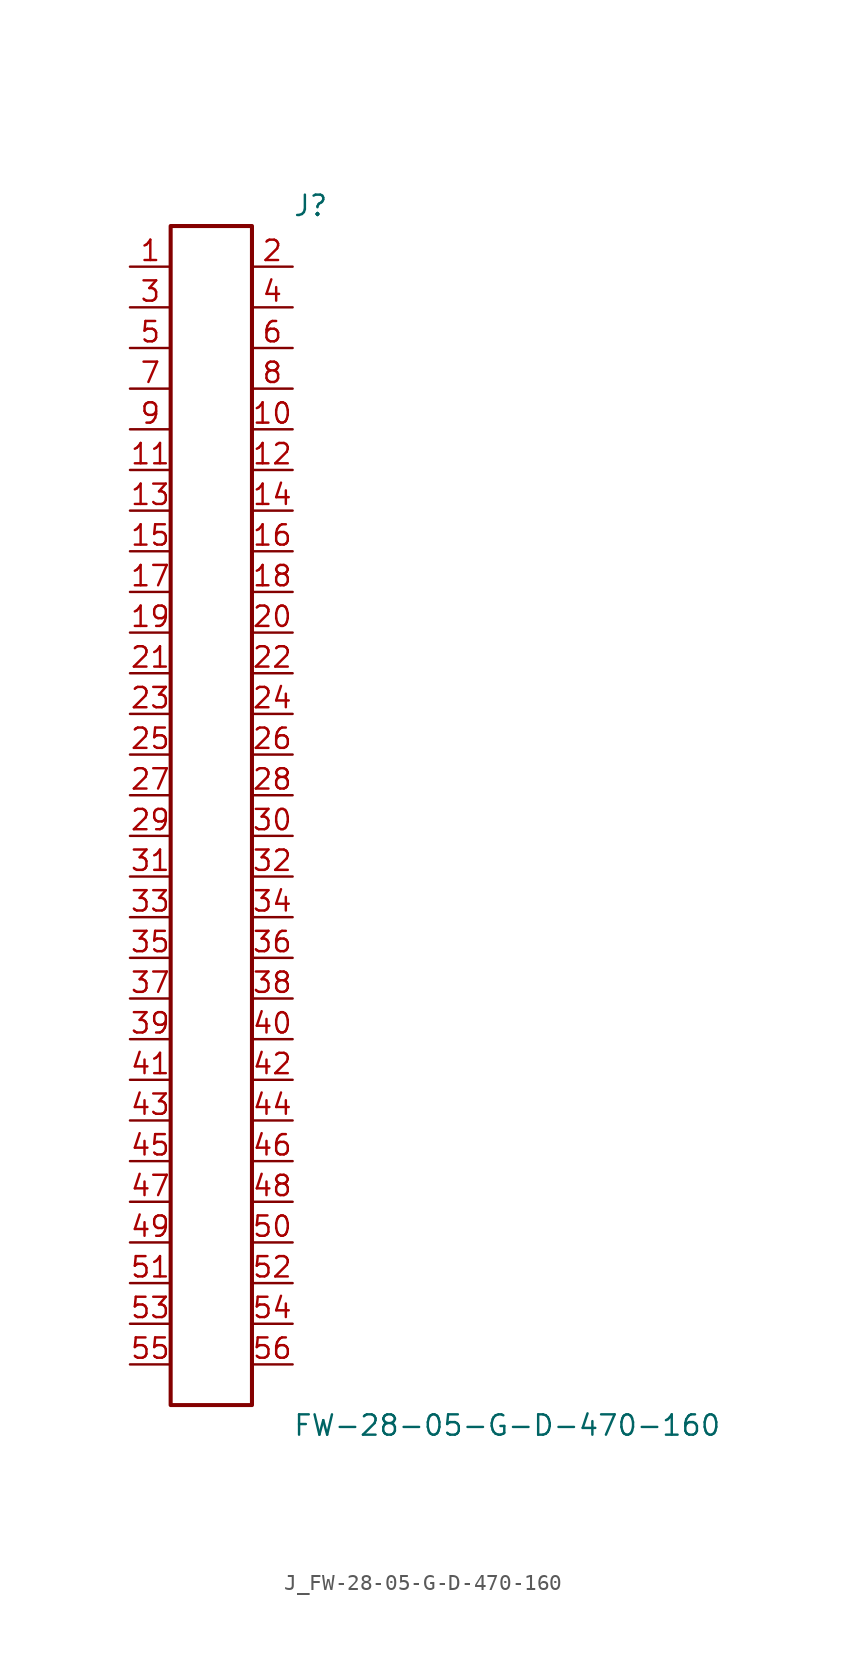
<source format=kicad_sym>
(kicad_symbol_lib
  (version 20231120)
  (generator kicad_symbol_editor)
  (generator_version 8.0)
  (symbol "J_FW-28-05-G-D-470-160"
    (pin_names
      (offset 0.254))
    (property "Reference" "J"
      (at 5.08 38.1 0)
      (effects (font (size 1.27 1.27)) (justify left)))
    (property "Value" "FW-28-05-G-D-470-160"
      (at 5.08 -38.1 0)
      (effects (font (size 1.27 1.27)) (justify left)))
    (symbol "J_FW-28-05-G-D-470-160_0_0"
      (pin unspecified line (at -5.08 34.29 0) (length 2.54) (name "" (effects (font (size 1.27 1.27)))) (number "1" (effects (font (size 1.27 1.27)))))
      (pin unspecified line (at 5.08 34.29 180) (length 2.54) (name "" (effects (font (size 1.27 1.27)))) (number "2" (effects (font (size 1.27 1.27)))))
      (pin unspecified line (at -5.08 31.75 0) (length 2.54) (name "" (effects (font (size 1.27 1.27)))) (number "3" (effects (font (size 1.27 1.27)))))
      (pin unspecified line (at 5.08 31.75 180) (length 2.54) (name "" (effects (font (size 1.27 1.27)))) (number "4" (effects (font (size 1.27 1.27)))))
      (pin unspecified line (at -5.08 29.21 0) (length 2.54) (name "" (effects (font (size 1.27 1.27)))) (number "5" (effects (font (size 1.27 1.27)))))
      (pin unspecified line (at 5.08 29.21 180) (length 2.54) (name "" (effects (font (size 1.27 1.27)))) (number "6" (effects (font (size 1.27 1.27)))))
      (pin unspecified line (at -5.08 26.67 0) (length 2.54) (name "" (effects (font (size 1.27 1.27)))) (number "7" (effects (font (size 1.27 1.27)))))
      (pin unspecified line (at 5.08 26.67 180) (length 2.54) (name "" (effects (font (size 1.27 1.27)))) (number "8" (effects (font (size 1.27 1.27)))))
      (pin unspecified line (at -5.08 24.13 0) (length 2.54) (name "" (effects (font (size 1.27 1.27)))) (number "9" (effects (font (size 1.27 1.27)))))
      (pin unspecified line (at 5.08 24.13 180) (length 2.54) (name "" (effects (font (size 1.27 1.27)))) (number "10" (effects (font (size 1.27 1.27)))))
      (pin unspecified line (at -5.08 21.59 0) (length 2.54) (name "" (effects (font (size 1.27 1.27)))) (number "11" (effects (font (size 1.27 1.27)))))
      (pin unspecified line (at 5.08 21.59 180) (length 2.54) (name "" (effects (font (size 1.27 1.27)))) (number "12" (effects (font (size 1.27 1.27)))))
      (pin unspecified line (at -5.08 19.05 0) (length 2.54) (name "" (effects (font (size 1.27 1.27)))) (number "13" (effects (font (size 1.27 1.27)))))
      (pin unspecified line (at 5.08 19.05 180) (length 2.54) (name "" (effects (font (size 1.27 1.27)))) (number "14" (effects (font (size 1.27 1.27)))))
      (pin unspecified line (at -5.08 16.51 0) (length 2.54) (name "" (effects (font (size 1.27 1.27)))) (number "15" (effects (font (size 1.27 1.27)))))
      (pin unspecified line (at 5.08 16.51 180) (length 2.54) (name "" (effects (font (size 1.27 1.27)))) (number "16" (effects (font (size 1.27 1.27)))))
      (pin unspecified line (at -5.08 13.97 0) (length 2.54) (name "" (effects (font (size 1.27 1.27)))) (number "17" (effects (font (size 1.27 1.27)))))
      (pin unspecified line (at 5.08 13.97 180) (length 2.54) (name "" (effects (font (size 1.27 1.27)))) (number "18" (effects (font (size 1.27 1.27)))))
      (pin unspecified line (at -5.08 11.43 0) (length 2.54) (name "" (effects (font (size 1.27 1.27)))) (number "19" (effects (font (size 1.27 1.27)))))
      (pin unspecified line (at 5.08 11.43 180) (length 2.54) (name "" (effects (font (size 1.27 1.27)))) (number "20" (effects (font (size 1.27 1.27)))))
      (pin unspecified line (at -5.08 8.89 0) (length 2.54) (name "" (effects (font (size 1.27 1.27)))) (number "21" (effects (font (size 1.27 1.27)))))
      (pin unspecified line (at 5.08 8.89 180) (length 2.54) (name "" (effects (font (size 1.27 1.27)))) (number "22" (effects (font (size 1.27 1.27)))))
      (pin unspecified line (at -5.08 6.35 0) (length 2.54) (name "" (effects (font (size 1.27 1.27)))) (number "23" (effects (font (size 1.27 1.27)))))
      (pin unspecified line (at 5.08 6.35 180) (length 2.54) (name "" (effects (font (size 1.27 1.27)))) (number "24" (effects (font (size 1.27 1.27)))))
      (pin unspecified line (at -5.08 3.81 0) (length 2.54) (name "" (effects (font (size 1.27 1.27)))) (number "25" (effects (font (size 1.27 1.27)))))
      (pin unspecified line (at 5.08 3.81 180) (length 2.54) (name "" (effects (font (size 1.27 1.27)))) (number "26" (effects (font (size 1.27 1.27)))))
      (pin unspecified line (at -5.08 1.27 0) (length 2.54) (name "" (effects (font (size 1.27 1.27)))) (number "27" (effects (font (size 1.27 1.27)))))
      (pin unspecified line (at 5.08 1.27 180) (length 2.54) (name "" (effects (font (size 1.27 1.27)))) (number "28" (effects (font (size 1.27 1.27)))))
      (pin unspecified line (at -5.08 -1.27 0) (length 2.54) (name "" (effects (font (size 1.27 1.27)))) (number "29" (effects (font (size 1.27 1.27)))))
      (pin unspecified line (at 5.08 -1.27 180) (length 2.54) (name "" (effects (font (size 1.27 1.27)))) (number "30" (effects (font (size 1.27 1.27)))))
      (pin unspecified line (at -5.08 -3.81 0) (length 2.54) (name "" (effects (font (size 1.27 1.27)))) (number "31" (effects (font (size 1.27 1.27)))))
      (pin unspecified line (at 5.08 -3.81 180) (length 2.54) (name "" (effects (font (size 1.27 1.27)))) (number "32" (effects (font (size 1.27 1.27)))))
      (pin unspecified line (at -5.08 -6.35 0) (length 2.54) (name "" (effects (font (size 1.27 1.27)))) (number "33" (effects (font (size 1.27 1.27)))))
      (pin unspecified line (at 5.08 -6.35 180) (length 2.54) (name "" (effects (font (size 1.27 1.27)))) (number "34" (effects (font (size 1.27 1.27)))))
      (pin unspecified line (at -5.08 -8.89 0) (length 2.54) (name "" (effects (font (size 1.27 1.27)))) (number "35" (effects (font (size 1.27 1.27)))))
      (pin unspecified line (at 5.08 -8.89 180) (length 2.54) (name "" (effects (font (size 1.27 1.27)))) (number "36" (effects (font (size 1.27 1.27)))))
      (pin unspecified line (at -5.08 -11.43 0) (length 2.54) (name "" (effects (font (size 1.27 1.27)))) (number "37" (effects (font (size 1.27 1.27)))))
      (pin unspecified line (at 5.08 -11.43 180) (length 2.54) (name "" (effects (font (size 1.27 1.27)))) (number "38" (effects (font (size 1.27 1.27)))))
      (pin unspecified line (at -5.08 -13.97 0) (length 2.54) (name "" (effects (font (size 1.27 1.27)))) (number "39" (effects (font (size 1.27 1.27)))))
      (pin unspecified line (at 5.08 -13.97 180) (length 2.54) (name "" (effects (font (size 1.27 1.27)))) (number "40" (effects (font (size 1.27 1.27)))))
      (pin unspecified line (at -5.08 -16.51 0) (length 2.54) (name "" (effects (font (size 1.27 1.27)))) (number "41" (effects (font (size 1.27 1.27)))))
      (pin unspecified line (at 5.08 -16.51 180) (length 2.54) (name "" (effects (font (size 1.27 1.27)))) (number "42" (effects (font (size 1.27 1.27)))))
      (pin unspecified line (at -5.08 -19.05 0) (length 2.54) (name "" (effects (font (size 1.27 1.27)))) (number "43" (effects (font (size 1.27 1.27)))))
      (pin unspecified line (at 5.08 -19.05 180) (length 2.54) (name "" (effects (font (size 1.27 1.27)))) (number "44" (effects (font (size 1.27 1.27)))))
      (pin unspecified line (at -5.08 -21.59 0) (length 2.54) (name "" (effects (font (size 1.27 1.27)))) (number "45" (effects (font (size 1.27 1.27)))))
      (pin unspecified line (at 5.08 -21.59 180) (length 2.54) (name "" (effects (font (size 1.27 1.27)))) (number "46" (effects (font (size 1.27 1.27)))))
      (pin unspecified line (at -5.08 -24.13 0) (length 2.54) (name "" (effects (font (size 1.27 1.27)))) (number "47" (effects (font (size 1.27 1.27)))))
      (pin unspecified line (at 5.08 -24.13 180) (length 2.54) (name "" (effects (font (size 1.27 1.27)))) (number "48" (effects (font (size 1.27 1.27)))))
      (pin unspecified line (at -5.08 -26.67 0) (length 2.54) (name "" (effects (font (size 1.27 1.27)))) (number "49" (effects (font (size 1.27 1.27)))))
      (pin unspecified line (at 5.08 -26.67 180) (length 2.54) (name "" (effects (font (size 1.27 1.27)))) (number "50" (effects (font (size 1.27 1.27)))))
      (pin unspecified line (at -5.08 -29.21 0) (length 2.54) (name "" (effects (font (size 1.27 1.27)))) (number "51" (effects (font (size 1.27 1.27)))))
      (pin unspecified line (at 5.08 -29.21 180) (length 2.54) (name "" (effects (font (size 1.27 1.27)))) (number "52" (effects (font (size 1.27 1.27)))))
      (pin unspecified line (at -5.08 -31.75 0) (length 2.54) (name "" (effects (font (size 1.27 1.27)))) (number "53" (effects (font (size 1.27 1.27)))))
      (pin unspecified line (at 5.08 -31.75 180) (length 2.54) (name "" (effects (font (size 1.27 1.27)))) (number "54" (effects (font (size 1.27 1.27)))))
      (pin unspecified line (at -5.08 -34.29 0) (length 2.54) (name "" (effects (font (size 1.27 1.27)))) (number "55" (effects (font (size 1.27 1.27)))))
      (pin unspecified line (at 5.08 -34.29 180) (length 2.54) (name "" (effects (font (size 1.27 1.27)))) (number "56" (effects (font (size 1.27 1.27))))))
    (symbol "J_FW-28-05-G-D-470-160_1_0"
      (rectangle (start -2.54 36.83) (end 2.54 -36.83) (stroke (width 0.254) (type solid)) (fill (type none))))))
</source>
